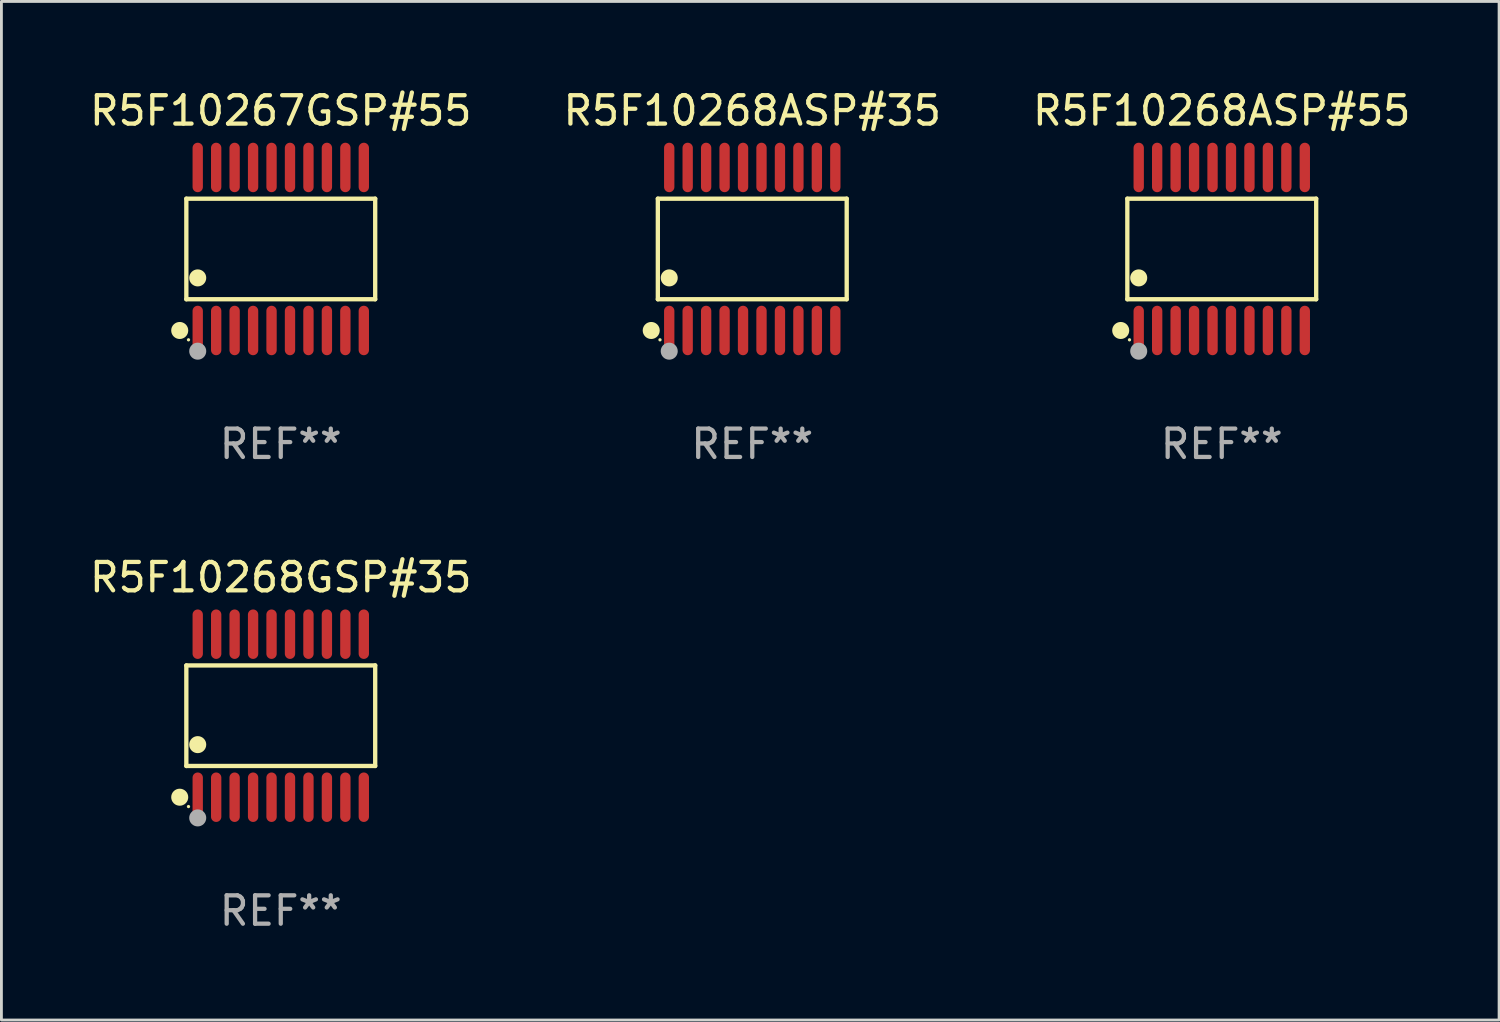
<source format=kicad_pcb>
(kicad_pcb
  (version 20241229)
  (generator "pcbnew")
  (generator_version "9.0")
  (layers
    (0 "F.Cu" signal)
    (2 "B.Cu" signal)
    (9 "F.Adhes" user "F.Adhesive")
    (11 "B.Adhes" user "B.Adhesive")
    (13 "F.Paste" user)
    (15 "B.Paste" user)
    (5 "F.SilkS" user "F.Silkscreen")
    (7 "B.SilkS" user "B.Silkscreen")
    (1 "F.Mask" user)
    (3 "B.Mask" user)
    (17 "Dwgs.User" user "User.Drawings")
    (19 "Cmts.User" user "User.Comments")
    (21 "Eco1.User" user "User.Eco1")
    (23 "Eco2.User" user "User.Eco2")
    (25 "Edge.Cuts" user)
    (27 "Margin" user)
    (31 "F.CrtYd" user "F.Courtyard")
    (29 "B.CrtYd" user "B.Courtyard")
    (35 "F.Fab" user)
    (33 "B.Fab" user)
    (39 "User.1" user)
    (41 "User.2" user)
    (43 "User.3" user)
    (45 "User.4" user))
  (footprint "R5F10267GSP#55"
    (layer "F.Cu")
    (at 6.839 5.719)
    (property "Reference" "R5F10267GSP#55" (at 0 -4.871 0) (layer "F.SilkS") (effects (font (size 1 1) (thickness 0.15))))
    (attr through_hole)
    (fp_line (start -3.326 -1.771) (end 3.326 -1.771) (stroke (width 0.152) (type solid)) (layer "F.SilkS"))
    (fp_line (start -3.326 1.771) (end -3.326 -1.771) (stroke (width 0.152) (type solid)) (layer "F.SilkS"))
    (fp_line (start 3.326 -1.771) (end 3.326 1.771) (stroke (width 0.152) (type solid)) (layer "F.SilkS"))
    (fp_line (start 3.326 1.771) (end -3.326 1.771) (stroke (width 0.152) (type solid)) (layer "F.SilkS"))
    (fp_circle (center -3.559 2.871) (end -3.409 2.871) (stroke (width 0.3) (type solid)) (fill no) (layer "F.SilkS"))
    (fp_circle (center -3.25 3.2) (end -3.22 3.2) (stroke (width 0.06) (type solid)) (fill no) (layer "F.SilkS"))
    (fp_circle (center -2.925 1.019) (end -2.775 1.019) (stroke (width 0.3) (type solid)) (fill no) (layer "F.SilkS"))
    (fp_circle (center -2.925 3.6) (end -2.775 3.6) (stroke (width 0.3) (type solid)) (fill no) (layer "F.Fab"))
    (fp_text user "REF**" (at 0 6.871 0) (layer "F.Fab") (effects (font (size 1 1) (thickness 0.15))))
    (pad "1" smd oval (at -2.925 2.871) (size 0.364 1.742) (layers "F.Cu" "F.Mask" "F.Paste"))
    (pad "2" smd oval (at -2.275 2.871) (size 0.364 1.742) (layers "F.Cu" "F.Mask" "F.Paste"))
    (pad "3" smd oval (at -1.625 2.871) (size 0.364 1.742) (layers "F.Cu" "F.Mask" "F.Paste"))
    (pad "4" smd oval (at -0.975 2.871) (size 0.364 1.742) (layers "F.Cu" "F.Mask" "F.Paste"))
    (pad "5" smd oval (at -0.325 2.871) (size 0.364 1.742) (layers "F.Cu" "F.Mask" "F.Paste"))
    (pad "6" smd oval (at 0.325 2.871) (size 0.364 1.742) (layers "F.Cu" "F.Mask" "F.Paste"))
    (pad "7" smd oval (at 0.975 2.871) (size 0.364 1.742) (layers "F.Cu" "F.Mask" "F.Paste"))
    (pad "8" smd oval (at 1.625 2.871) (size 0.364 1.742) (layers "F.Cu" "F.Mask" "F.Paste"))
    (pad "9" smd oval (at 2.275 2.871) (size 0.364 1.742) (layers "F.Cu" "F.Mask" "F.Paste"))
    (pad "10" smd oval (at 2.925 2.871) (size 0.364 1.742) (layers "F.Cu" "F.Mask" "F.Paste"))
    (pad "11" smd oval (at 2.925 -2.871) (size 0.364 1.742) (layers "F.Cu" "F.Mask" "F.Paste"))
    (pad "12" smd oval (at 2.275 -2.871) (size 0.364 1.742) (layers "F.Cu" "F.Mask" "F.Paste"))
    (pad "13" smd oval (at 1.625 -2.871) (size 0.364 1.742) (layers "F.Cu" "F.Mask" "F.Paste"))
    (pad "14" smd oval (at 0.975 -2.871) (size 0.364 1.742) (layers "F.Cu" "F.Mask" "F.Paste"))
    (pad "15" smd oval (at 0.325 -2.871) (size 0.364 1.742) (layers "F.Cu" "F.Mask" "F.Paste"))
    (pad "16" smd oval (at -0.325 -2.871) (size 0.364 1.742) (layers "F.Cu" "F.Mask" "F.Paste"))
    (pad "17" smd oval (at -0.975 -2.871) (size 0.364 1.742) (layers "F.Cu" "F.Mask" "F.Paste"))
    (pad "18" smd oval (at -1.625 -2.871) (size 0.364 1.742) (layers "F.Cu" "F.Mask" "F.Paste"))
    (pad "19" smd oval (at -2.275 -2.871) (size 0.364 1.742) (layers "F.Cu" "F.Mask" "F.Paste"))
    (pad "20" smd oval (at -2.925 -2.871) (size 0.364 1.742) (layers "F.Cu" "F.Mask" "F.Paste")))
  (footprint "R5F10268GSP#35"
    (layer "F.Cu")
    (at 6.839 22.158)
    (property "Reference" "R5F10268GSP#35" (at 0 -4.871 0) (layer "F.SilkS") (effects (font (size 1 1) (thickness 0.15))))
    (attr through_hole)
    (fp_line (start -3.326 -1.771) (end 3.326 -1.771) (stroke (width 0.152) (type solid)) (layer "F.SilkS"))
    (fp_line (start -3.326 1.771) (end -3.326 -1.771) (stroke (width 0.152) (type solid)) (layer "F.SilkS"))
    (fp_line (start 3.326 -1.771) (end 3.326 1.771) (stroke (width 0.152) (type solid)) (layer "F.SilkS"))
    (fp_line (start 3.326 1.771) (end -3.326 1.771) (stroke (width 0.152) (type solid)) (layer "F.SilkS"))
    (fp_circle (center -3.559 2.871) (end -3.409 2.871) (stroke (width 0.3) (type solid)) (fill no) (layer "F.SilkS"))
    (fp_circle (center -3.25 3.2) (end -3.22 3.2) (stroke (width 0.06) (type solid)) (fill no) (layer "F.SilkS"))
    (fp_circle (center -2.925 1.019) (end -2.775 1.019) (stroke (width 0.3) (type solid)) (fill no) (layer "F.SilkS"))
    (fp_circle (center -2.925 3.6) (end -2.775 3.6) (stroke (width 0.3) (type solid)) (fill no) (layer "F.Fab"))
    (fp_text user "REF**" (at 0 6.871 0) (layer "F.Fab") (effects (font (size 1 1) (thickness 0.15))))
    (pad "1" smd oval (at -2.925 2.871) (size 0.364 1.742) (layers "F.Cu" "F.Mask" "F.Paste"))
    (pad "2" smd oval (at -2.275 2.871) (size 0.364 1.742) (layers "F.Cu" "F.Mask" "F.Paste"))
    (pad "3" smd oval (at -1.625 2.871) (size 0.364 1.742) (layers "F.Cu" "F.Mask" "F.Paste"))
    (pad "4" smd oval (at -0.975 2.871) (size 0.364 1.742) (layers "F.Cu" "F.Mask" "F.Paste"))
    (pad "5" smd oval (at -0.325 2.871) (size 0.364 1.742) (layers "F.Cu" "F.Mask" "F.Paste"))
    (pad "6" smd oval (at 0.325 2.871) (size 0.364 1.742) (layers "F.Cu" "F.Mask" "F.Paste"))
    (pad "7" smd oval (at 0.975 2.871) (size 0.364 1.742) (layers "F.Cu" "F.Mask" "F.Paste"))
    (pad "8" smd oval (at 1.625 2.871) (size 0.364 1.742) (layers "F.Cu" "F.Mask" "F.Paste"))
    (pad "9" smd oval (at 2.275 2.871) (size 0.364 1.742) (layers "F.Cu" "F.Mask" "F.Paste"))
    (pad "10" smd oval (at 2.925 2.871) (size 0.364 1.742) (layers "F.Cu" "F.Mask" "F.Paste"))
    (pad "11" smd oval (at 2.925 -2.871) (size 0.364 1.742) (layers "F.Cu" "F.Mask" "F.Paste"))
    (pad "12" smd oval (at 2.275 -2.871) (size 0.364 1.742) (layers "F.Cu" "F.Mask" "F.Paste"))
    (pad "13" smd oval (at 1.625 -2.871) (size 0.364 1.742) (layers "F.Cu" "F.Mask" "F.Paste"))
    (pad "14" smd oval (at 0.975 -2.871) (size 0.364 1.742) (layers "F.Cu" "F.Mask" "F.Paste"))
    (pad "15" smd oval (at 0.325 -2.871) (size 0.364 1.742) (layers "F.Cu" "F.Mask" "F.Paste"))
    (pad "16" smd oval (at -0.325 -2.871) (size 0.364 1.742) (layers "F.Cu" "F.Mask" "F.Paste"))
    (pad "17" smd oval (at -0.975 -2.871) (size 0.364 1.742) (layers "F.Cu" "F.Mask" "F.Paste"))
    (pad "18" smd oval (at -1.625 -2.871) (size 0.364 1.742) (layers "F.Cu" "F.Mask" "F.Paste"))
    (pad "19" smd oval (at -2.275 -2.871) (size 0.364 1.742) (layers "F.Cu" "F.Mask" "F.Paste"))
    (pad "20" smd oval (at -2.925 -2.871) (size 0.364 1.742) (layers "F.Cu" "F.Mask" "F.Paste")))
  (footprint "R5F10268ASP#55"
    (layer "F.Cu")
    (at 39.982 5.719)
    (property "Reference" "R5F10268ASP#55" (at 0 -4.871 0) (layer "F.SilkS") (effects (font (size 1 1) (thickness 0.15))))
    (attr through_hole)
    (fp_line (start -3.326 -1.771) (end 3.326 -1.771) (stroke (width 0.152) (type solid)) (layer "F.SilkS"))
    (fp_line (start -3.326 1.771) (end -3.326 -1.771) (stroke (width 0.152) (type solid)) (layer "F.SilkS"))
    (fp_line (start 3.326 -1.771) (end 3.326 1.771) (stroke (width 0.152) (type solid)) (layer "F.SilkS"))
    (fp_line (start 3.326 1.771) (end -3.326 1.771) (stroke (width 0.152) (type solid)) (layer "F.SilkS"))
    (fp_circle (center -3.559 2.871) (end -3.409 2.871) (stroke (width 0.3) (type solid)) (fill no) (layer "F.SilkS"))
    (fp_circle (center -3.25 3.2) (end -3.22 3.2) (stroke (width 0.06) (type solid)) (fill no) (layer "F.SilkS"))
    (fp_circle (center -2.925 1.019) (end -2.775 1.019) (stroke (width 0.3) (type solid)) (fill no) (layer "F.SilkS"))
    (fp_circle (center -2.925 3.6) (end -2.775 3.6) (stroke (width 0.3) (type solid)) (fill no) (layer "F.Fab"))
    (fp_text user "REF**" (at 0 6.871 0) (layer "F.Fab") (effects (font (size 1 1) (thickness 0.15))))
    (pad "1" smd oval (at -2.925 2.871) (size 0.364 1.742) (layers "F.Cu" "F.Mask" "F.Paste"))
    (pad "2" smd oval (at -2.275 2.871) (size 0.364 1.742) (layers "F.Cu" "F.Mask" "F.Paste"))
    (pad "3" smd oval (at -1.625 2.871) (size 0.364 1.742) (layers "F.Cu" "F.Mask" "F.Paste"))
    (pad "4" smd oval (at -0.975 2.871) (size 0.364 1.742) (layers "F.Cu" "F.Mask" "F.Paste"))
    (pad "5" smd oval (at -0.325 2.871) (size 0.364 1.742) (layers "F.Cu" "F.Mask" "F.Paste"))
    (pad "6" smd oval (at 0.325 2.871) (size 0.364 1.742) (layers "F.Cu" "F.Mask" "F.Paste"))
    (pad "7" smd oval (at 0.975 2.871) (size 0.364 1.742) (layers "F.Cu" "F.Mask" "F.Paste"))
    (pad "8" smd oval (at 1.625 2.871) (size 0.364 1.742) (layers "F.Cu" "F.Mask" "F.Paste"))
    (pad "9" smd oval (at 2.275 2.871) (size 0.364 1.742) (layers "F.Cu" "F.Mask" "F.Paste"))
    (pad "10" smd oval (at 2.925 2.871) (size 0.364 1.742) (layers "F.Cu" "F.Mask" "F.Paste"))
    (pad "11" smd oval (at 2.925 -2.871) (size 0.364 1.742) (layers "F.Cu" "F.Mask" "F.Paste"))
    (pad "12" smd oval (at 2.275 -2.871) (size 0.364 1.742) (layers "F.Cu" "F.Mask" "F.Paste"))
    (pad "13" smd oval (at 1.625 -2.871) (size 0.364 1.742) (layers "F.Cu" "F.Mask" "F.Paste"))
    (pad "14" smd oval (at 0.975 -2.871) (size 0.364 1.742) (layers "F.Cu" "F.Mask" "F.Paste"))
    (pad "15" smd oval (at 0.325 -2.871) (size 0.364 1.742) (layers "F.Cu" "F.Mask" "F.Paste"))
    (pad "16" smd oval (at -0.325 -2.871) (size 0.364 1.742) (layers "F.Cu" "F.Mask" "F.Paste"))
    (pad "17" smd oval (at -0.975 -2.871) (size 0.364 1.742) (layers "F.Cu" "F.Mask" "F.Paste"))
    (pad "18" smd oval (at -1.625 -2.871) (size 0.364 1.742) (layers "F.Cu" "F.Mask" "F.Paste"))
    (pad "19" smd oval (at -2.275 -2.871) (size 0.364 1.742) (layers "F.Cu" "F.Mask" "F.Paste"))
    (pad "20" smd oval (at -2.925 -2.871) (size 0.364 1.742) (layers "F.Cu" "F.Mask" "F.Paste")))
  (footprint "R5F10268ASP#35"
    (layer "F.Cu")
    (at 23.446 5.719)
    (property "Reference" "R5F10268ASP#35" (at 0 -4.871 0) (layer "F.SilkS") (effects (font (size 1 1) (thickness 0.15))))
    (attr through_hole)
    (fp_line (start -3.326 -1.771) (end 3.326 -1.771) (stroke (width 0.152) (type solid)) (layer "F.SilkS"))
    (fp_line (start -3.326 1.771) (end -3.326 -1.771) (stroke (width 0.152) (type solid)) (layer "F.SilkS"))
    (fp_line (start 3.326 -1.771) (end 3.326 1.771) (stroke (width 0.152) (type solid)) (layer "F.SilkS"))
    (fp_line (start 3.326 1.771) (end -3.326 1.771) (stroke (width 0.152) (type solid)) (layer "F.SilkS"))
    (fp_circle (center -3.559 2.871) (end -3.409 2.871) (stroke (width 0.3) (type solid)) (fill no) (layer "F.SilkS"))
    (fp_circle (center -3.25 3.2) (end -3.22 3.2) (stroke (width 0.06) (type solid)) (fill no) (layer "F.SilkS"))
    (fp_circle (center -2.925 1.019) (end -2.775 1.019) (stroke (width 0.3) (type solid)) (fill no) (layer "F.SilkS"))
    (fp_circle (center -2.925 3.6) (end -2.775 3.6) (stroke (width 0.3) (type solid)) (fill no) (layer "F.Fab"))
    (fp_text user "REF**" (at 0 6.871 0) (layer "F.Fab") (effects (font (size 1 1) (thickness 0.15))))
    (pad "1" smd oval (at -2.925 2.871) (size 0.364 1.742) (layers "F.Cu" "F.Mask" "F.Paste"))
    (pad "2" smd oval (at -2.275 2.871) (size 0.364 1.742) (layers "F.Cu" "F.Mask" "F.Paste"))
    (pad "3" smd oval (at -1.625 2.871) (size 0.364 1.742) (layers "F.Cu" "F.Mask" "F.Paste"))
    (pad "4" smd oval (at -0.975 2.871) (size 0.364 1.742) (layers "F.Cu" "F.Mask" "F.Paste"))
    (pad "5" smd oval (at -0.325 2.871) (size 0.364 1.742) (layers "F.Cu" "F.Mask" "F.Paste"))
    (pad "6" smd oval (at 0.325 2.871) (size 0.364 1.742) (layers "F.Cu" "F.Mask" "F.Paste"))
    (pad "7" smd oval (at 0.975 2.871) (size 0.364 1.742) (layers "F.Cu" "F.Mask" "F.Paste"))
    (pad "8" smd oval (at 1.625 2.871) (size 0.364 1.742) (layers "F.Cu" "F.Mask" "F.Paste"))
    (pad "9" smd oval (at 2.275 2.871) (size 0.364 1.742) (layers "F.Cu" "F.Mask" "F.Paste"))
    (pad "10" smd oval (at 2.925 2.871) (size 0.364 1.742) (layers "F.Cu" "F.Mask" "F.Paste"))
    (pad "11" smd oval (at 2.925 -2.871) (size 0.364 1.742) (layers "F.Cu" "F.Mask" "F.Paste"))
    (pad "12" smd oval (at 2.275 -2.871) (size 0.364 1.742) (layers "F.Cu" "F.Mask" "F.Paste"))
    (pad "13" smd oval (at 1.625 -2.871) (size 0.364 1.742) (layers "F.Cu" "F.Mask" "F.Paste"))
    (pad "14" smd oval (at 0.975 -2.871) (size 0.364 1.742) (layers "F.Cu" "F.Mask" "F.Paste"))
    (pad "15" smd oval (at 0.325 -2.871) (size 0.364 1.742) (layers "F.Cu" "F.Mask" "F.Paste"))
    (pad "16" smd oval (at -0.325 -2.871) (size 0.364 1.742) (layers "F.Cu" "F.Mask" "F.Paste"))
    (pad "17" smd oval (at -0.975 -2.871) (size 0.364 1.742) (layers "F.Cu" "F.Mask" "F.Paste"))
    (pad "18" smd oval (at -1.625 -2.871) (size 0.364 1.742) (layers "F.Cu" "F.Mask" "F.Paste"))
    (pad "19" smd oval (at -2.275 -2.871) (size 0.364 1.742) (layers "F.Cu" "F.Mask" "F.Paste"))
    (pad "20" smd oval (at -2.925 -2.871) (size 0.364 1.742) (layers "F.Cu" "F.Mask" "F.Paste")))
  (gr_rect
    (start -3 -3)
    (end 49.75 32.877)
    (stroke (width 0.1) (type default))
    (fill no)
    (layer "Edge.Cuts")))
</source>
